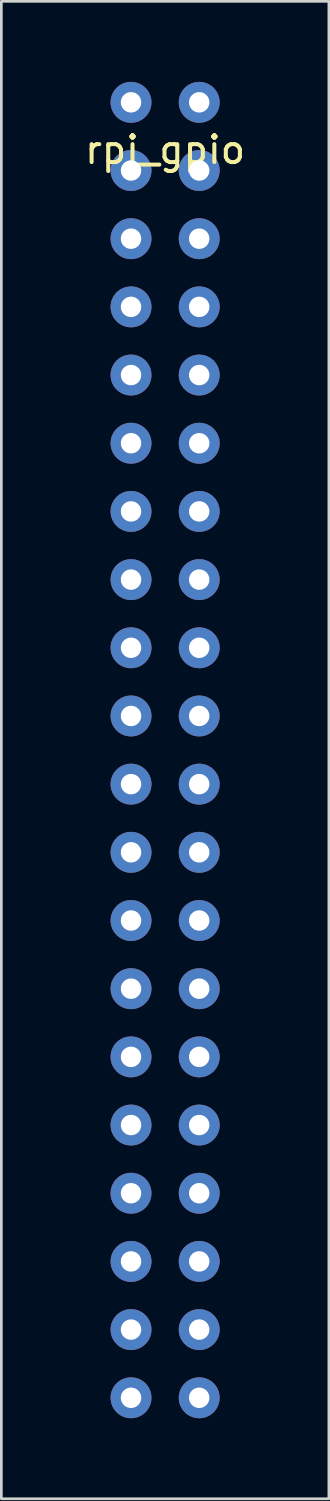
<source format=kicad_pcb>
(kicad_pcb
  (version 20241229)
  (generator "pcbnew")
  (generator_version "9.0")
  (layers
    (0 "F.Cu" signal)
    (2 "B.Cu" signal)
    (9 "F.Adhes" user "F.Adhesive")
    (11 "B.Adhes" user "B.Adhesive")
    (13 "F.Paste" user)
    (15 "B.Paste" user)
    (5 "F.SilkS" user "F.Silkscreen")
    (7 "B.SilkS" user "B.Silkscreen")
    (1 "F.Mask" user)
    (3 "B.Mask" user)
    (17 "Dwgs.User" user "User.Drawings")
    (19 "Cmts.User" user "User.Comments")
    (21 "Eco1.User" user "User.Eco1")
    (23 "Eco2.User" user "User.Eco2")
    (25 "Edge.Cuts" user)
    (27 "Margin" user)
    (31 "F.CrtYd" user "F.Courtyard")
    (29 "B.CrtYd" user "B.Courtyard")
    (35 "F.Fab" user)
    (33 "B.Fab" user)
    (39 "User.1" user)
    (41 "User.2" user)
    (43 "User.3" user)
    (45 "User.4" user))
  (footprint "rpi_gpio"
    (layer "F.Cu")
    (at 3.101 2.032)
    (property "Reference" "rpi_gpio" (at 0 0.5 0) (layer "F.SilkS") (effects (font (size 1 1) (thickness 0.15))))
    (attr through_hole)
    (pad "1" thru_hole circle (at -1.27 -1.27) (size 1.524 1.524) (drill 0.762) (layers "*.Cu" "*.Mask"))
    (pad "2" thru_hole circle (at 1.27 -1.27) (size 1.524 1.524) (drill 0.762) (layers "*.Cu" "*.Mask"))
    (pad "3" thru_hole circle (at -1.27 1.27) (size 1.524 1.524) (drill 0.762) (layers "*.Cu" "*.Mask"))
    (pad "4" thru_hole circle (at 1.27 1.27) (size 1.524 1.524) (drill 0.762) (layers "*.Cu" "*.Mask"))
    (pad "5" thru_hole circle (at -1.27 3.81) (size 1.524 1.524) (drill 0.762) (layers "*.Cu" "*.Mask"))
    (pad "6" thru_hole circle (at 1.27 3.81) (size 1.524 1.524) (drill 0.762) (layers "*.Cu" "*.Mask"))
    (pad "7" thru_hole circle (at -1.27 6.35) (size 1.524 1.524) (drill 0.762) (layers "*.Cu" "*.Mask"))
    (pad "8" thru_hole circle (at 1.27 6.35) (size 1.524 1.524) (drill 0.762) (layers "*.Cu" "*.Mask"))
    (pad "9" thru_hole circle (at -1.27 8.89) (size 1.524 1.524) (drill 0.762) (layers "*.Cu" "*.Mask"))
    (pad "10" thru_hole circle (at 1.27 8.89) (size 1.524 1.524) (drill 0.762) (layers "*.Cu" "*.Mask"))
    (pad "11" thru_hole circle (at -1.27 11.43) (size 1.524 1.524) (drill 0.762) (layers "*.Cu" "*.Mask"))
    (pad "12" thru_hole circle (at 1.27 11.43) (size 1.524 1.524) (drill 0.762) (layers "*.Cu" "*.Mask"))
    (pad "13" thru_hole circle (at -1.27 13.97) (size 1.524 1.524) (drill 0.762) (layers "*.Cu" "*.Mask"))
    (pad "14" thru_hole circle (at 1.27 13.97) (size 1.524 1.524) (drill 0.762) (layers "*.Cu" "*.Mask"))
    (pad "15" thru_hole circle (at -1.27 16.51) (size 1.524 1.524) (drill 0.762) (layers "*.Cu" "*.Mask"))
    (pad "16" thru_hole circle (at 1.27 16.51) (size 1.524 1.524) (drill 0.762) (layers "*.Cu" "*.Mask"))
    (pad "17" thru_hole circle (at -1.27 19.05) (size 1.524 1.524) (drill 0.762) (layers "*.Cu" "*.Mask"))
    (pad "18" thru_hole circle (at 1.27 19.05) (size 1.524 1.524) (drill 0.762) (layers "*.Cu" "*.Mask"))
    (pad "19" thru_hole circle (at -1.27 21.59) (size 1.524 1.524) (drill 0.762) (layers "*.Cu" "*.Mask"))
    (pad "20" thru_hole circle (at 1.27 21.59) (size 1.524 1.524) (drill 0.762) (layers "*.Cu" "*.Mask"))
    (pad "21" thru_hole circle (at -1.27 24.13) (size 1.524 1.524) (drill 0.762) (layers "*.Cu" "*.Mask"))
    (pad "22" thru_hole circle (at 1.27 24.13) (size 1.524 1.524) (drill 0.762) (layers "*.Cu" "*.Mask"))
    (pad "23" thru_hole circle (at -1.27 26.67) (size 1.524 1.524) (drill 0.762) (layers "*.Cu" "*.Mask"))
    (pad "24" thru_hole circle (at 1.27 26.67) (size 1.524 1.524) (drill 0.762) (layers "*.Cu" "*.Mask"))
    (pad "25" thru_hole circle (at -1.27 29.21) (size 1.524 1.524) (drill 0.762) (layers "*.Cu" "*.Mask"))
    (pad "26" thru_hole circle (at 1.27 29.21) (size 1.524 1.524) (drill 0.762) (layers "*.Cu" "*.Mask"))
    (pad "27" thru_hole circle (at -1.27 31.75) (size 1.524 1.524) (drill 0.762) (layers "*.Cu" "*.Mask"))
    (pad "28" thru_hole circle (at 1.27 31.75) (size 1.524 1.524) (drill 0.762) (layers "*.Cu" "*.Mask"))
    (pad "29" thru_hole circle (at -1.27 34.29) (size 1.524 1.524) (drill 0.762) (layers "*.Cu" "*.Mask"))
    (pad "30" thru_hole circle (at 1.27 34.29) (size 1.524 1.524) (drill 0.762) (layers "*.Cu" "*.Mask"))
    (pad "31" thru_hole circle (at -1.27 36.83) (size 1.524 1.524) (drill 0.762) (layers "*.Cu" "*.Mask"))
    (pad "32" thru_hole circle (at 1.27 36.83) (size 1.524 1.524) (drill 0.762) (layers "*.Cu" "*.Mask"))
    (pad "33" thru_hole circle (at -1.27 39.37) (size 1.524 1.524) (drill 0.762) (layers "*.Cu" "*.Mask"))
    (pad "34" thru_hole circle (at 1.27 39.37) (size 1.524 1.524) (drill 0.762) (layers "*.Cu" "*.Mask"))
    (pad "35" thru_hole circle (at -1.27 41.91) (size 1.524 1.524) (drill 0.762) (layers "*.Cu" "*.Mask"))
    (pad "36" thru_hole circle (at 1.27 41.91) (size 1.524 1.524) (drill 0.762) (layers "*.Cu" "*.Mask"))
    (pad "37" thru_hole circle (at -1.27 44.45) (size 1.524 1.524) (drill 0.762) (layers "*.Cu" "*.Mask"))
    (pad "38" thru_hole circle (at 1.27 44.45) (size 1.524 1.524) (drill 0.762) (layers "*.Cu" "*.Mask"))
    (pad "39" thru_hole circle (at -1.27 46.99) (size 1.524 1.524) (drill 0.762) (layers "*.Cu" "*.Mask"))
    (pad "40" thru_hole circle (at 1.27 46.99) (size 1.524 1.524) (drill 0.762) (layers "*.Cu" "*.Mask")))
  (gr_rect
    (start -3 -3)
    (end 9.202 52.784)
    (stroke (width 0.1) (type default))
    (fill no)
    (layer "Edge.Cuts")))
</source>
